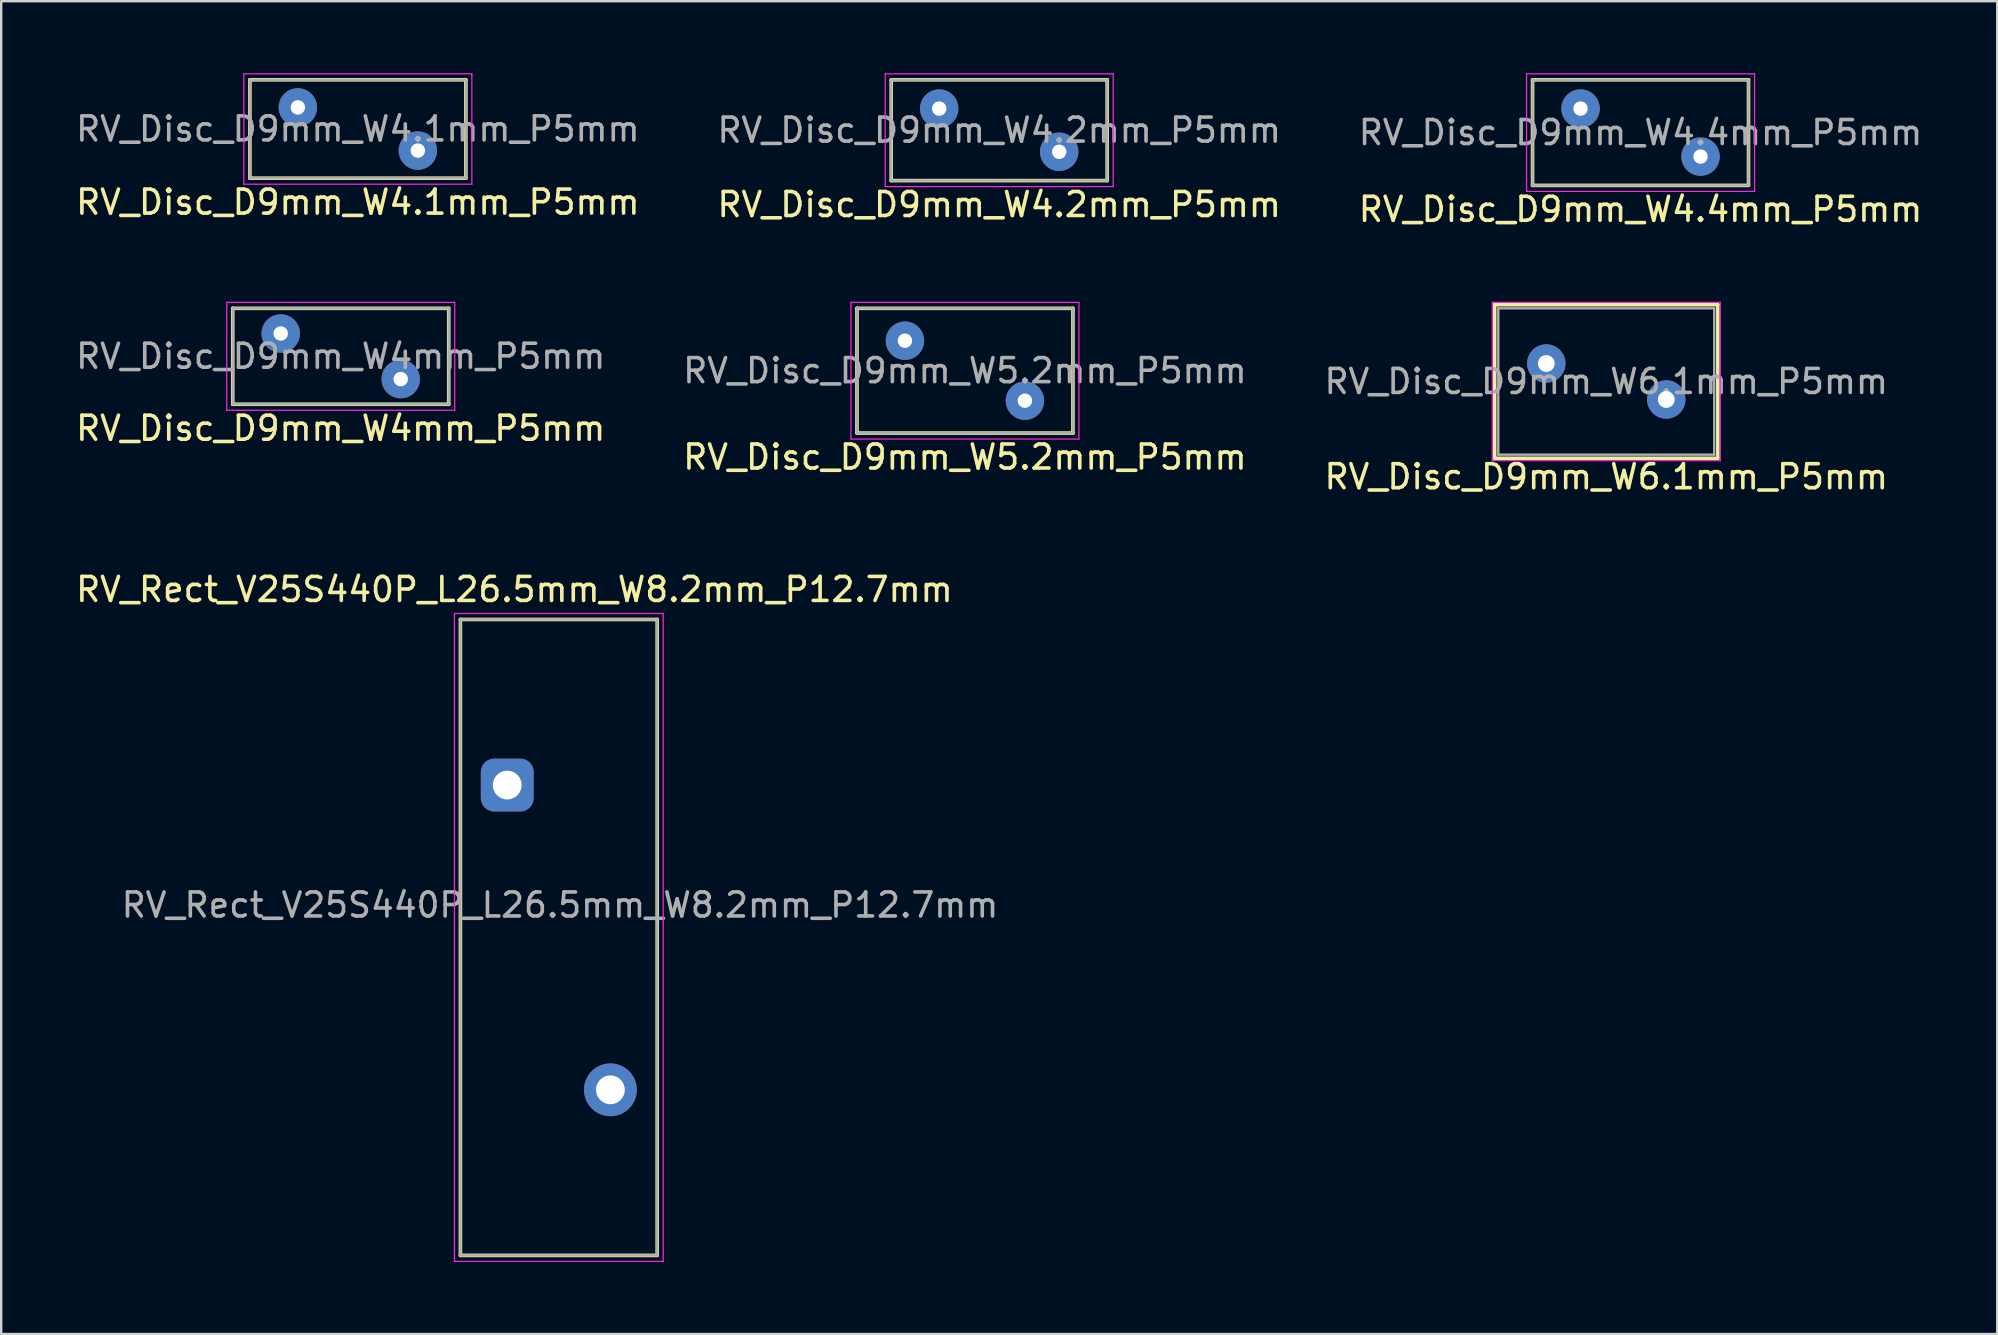
<source format=kicad_pcb>
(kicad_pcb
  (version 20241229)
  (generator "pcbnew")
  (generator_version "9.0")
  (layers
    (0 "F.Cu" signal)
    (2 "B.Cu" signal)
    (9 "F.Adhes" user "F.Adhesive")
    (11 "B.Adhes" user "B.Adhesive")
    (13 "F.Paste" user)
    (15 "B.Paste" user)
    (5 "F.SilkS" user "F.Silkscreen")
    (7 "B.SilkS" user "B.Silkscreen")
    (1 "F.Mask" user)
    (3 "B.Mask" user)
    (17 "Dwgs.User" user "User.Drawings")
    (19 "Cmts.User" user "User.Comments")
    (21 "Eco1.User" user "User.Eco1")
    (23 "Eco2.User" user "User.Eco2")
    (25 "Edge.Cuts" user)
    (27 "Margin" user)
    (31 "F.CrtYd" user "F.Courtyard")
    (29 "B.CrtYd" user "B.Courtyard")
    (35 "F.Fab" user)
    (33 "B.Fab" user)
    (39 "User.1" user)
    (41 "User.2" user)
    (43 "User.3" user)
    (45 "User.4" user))
  (footprint "RV_Disc_D9mm_W6.1mm_P5mm"
    (layer "F.Cu")
    (at 61.387 12.098)
    (property "Reference" "RV_Disc_D9mm_W6.1mm_P5mm" (at 2.5 4.72 0) (layer "F.SilkS") (effects (font (size 1 1) (thickness 0.15))))
    (attr through_hole)
    (fp_line (start -2.15 -2.45) (end -2.15 3.95) (stroke (width 0.15) (type solid)) (layer "F.SilkS"))
    (fp_line (start -2.15 -2.45) (end 7.15 -2.45) (stroke (width 0.15) (type solid)) (layer "F.SilkS"))
    (fp_line (start -2.15 3.95) (end 7.15 3.95) (stroke (width 0.15) (type solid)) (layer "F.SilkS"))
    (fp_line (start 7.15 -2.45) (end 7.15 3.95) (stroke (width 0.15) (type solid)) (layer "F.SilkS"))
    (fp_line (start -2.25 -2.55) (end -2.25 4.05) (stroke (width 0.05) (type solid)) (layer "F.CrtYd"))
    (fp_line (start -2.25 -2.55) (end 7.25 -2.55) (stroke (width 0.05) (type solid)) (layer "F.CrtYd"))
    (fp_line (start -2.25 4.05) (end 7.25 4.05) (stroke (width 0.05) (type solid)) (layer "F.CrtYd"))
    (fp_line (start 7.25 -2.55) (end 7.25 4.05) (stroke (width 0.05) (type solid)) (layer "F.CrtYd"))
    (fp_line (start -2 -2.3) (end -2 3.8) (stroke (width 0.1) (type solid)) (layer "F.Fab"))
    (fp_line (start -2 -2.3) (end 7 -2.3) (stroke (width 0.1) (type solid)) (layer "F.Fab"))
    (fp_line (start -2 3.8) (end 7 3.8) (stroke (width 0.1) (type solid)) (layer "F.Fab"))
    (fp_line (start 7 -2.3) (end 7 3.8) (stroke (width 0.1) (type solid)) (layer "F.Fab"))
    (fp_text user "${REFERENCE}" (at 2.5 0.75 0) (layer "F.Fab") (effects (font (size 1 1) (thickness 0.15))))
    (pad "1" thru_hole circle (at 0 0) (size 1.6 1.6) (drill 0.7) (layers "*.Cu" "*.Mask"))
    (pad "2" thru_hole circle (at 5 1.5 90) (size 1.6 1.6) (drill 0.7) (layers "*.Cu" "*.Mask")))
  (footprint "RV_Disc_D9mm_W4mm_P5mm"
    (layer "F.Cu")
    (at 8.649 10.848)
    (property "Reference" "RV_Disc_D9mm_W4mm_P5mm" (at 2.5 3.95 0) (layer "F.SilkS") (effects (font (size 1 1) (thickness 0.15))))
    (attr through_hole)
    (fp_line (start -2 -1.05) (end -2 2.95) (stroke (width 0.15) (type solid)) (layer "F.SilkS"))
    (fp_line (start -2 -1.05) (end 7 -1.05) (stroke (width 0.15) (type solid)) (layer "F.SilkS"))
    (fp_line (start -2 2.95) (end 7 2.95) (stroke (width 0.15) (type solid)) (layer "F.SilkS"))
    (fp_line (start 7 -1.05) (end 7 2.95) (stroke (width 0.15) (type solid)) (layer "F.SilkS"))
    (fp_line (start -2.25 -1.3) (end -2.25 3.2) (stroke (width 0.05) (type solid)) (layer "F.CrtYd"))
    (fp_line (start -2.25 -1.3) (end 7.25 -1.3) (stroke (width 0.05) (type solid)) (layer "F.CrtYd"))
    (fp_line (start -2.25 3.2) (end 7.25 3.2) (stroke (width 0.05) (type solid)) (layer "F.CrtYd"))
    (fp_line (start 7.25 -1.3) (end 7.25 3.2) (stroke (width 0.05) (type solid)) (layer "F.CrtYd"))
    (fp_line (start -2 -1.05) (end -2 2.95) (stroke (width 0.1) (type solid)) (layer "F.Fab"))
    (fp_line (start -2 -1.05) (end 7 -1.05) (stroke (width 0.1) (type solid)) (layer "F.Fab"))
    (fp_line (start -2 2.95) (end 7 2.95) (stroke (width 0.1) (type solid)) (layer "F.Fab"))
    (fp_line (start 7 -1.05) (end 7 2.95) (stroke (width 0.1) (type solid)) (layer "F.Fab"))
    (fp_text user "${REFERENCE}" (at 2.5 0.95 0) (layer "F.Fab") (effects (font (size 1 1) (thickness 0.15))))
    (pad "1" thru_hole circle (at 0 0) (size 1.6 1.6) (drill 0.6) (layers "*.Cu" "*.Mask"))
    (pad "2" thru_hole circle (at 5 1.9) (size 1.6 1.6) (drill 0.6) (layers "*.Cu" "*.Mask")))
  (footprint "RV_Disc_D9mm_W5.2mm_P5mm"
    (layer "F.Cu")
    (at 34.661 11.148)
    (property "Reference" "RV_Disc_D9mm_W5.2mm_P5mm" (at 2.5 4.85 0) (layer "F.SilkS") (effects (font (size 1 1) (thickness 0.15))))
    (attr through_hole)
    (fp_line (start -2 -1.35) (end -2 3.85) (stroke (width 0.15) (type solid)) (layer "F.SilkS"))
    (fp_line (start -2 -1.35) (end 7 -1.35) (stroke (width 0.15) (type solid)) (layer "F.SilkS"))
    (fp_line (start -2 3.85) (end 7 3.85) (stroke (width 0.15) (type solid)) (layer "F.SilkS"))
    (fp_line (start 7 -1.35) (end 7 3.85) (stroke (width 0.15) (type solid)) (layer "F.SilkS"))
    (fp_line (start -2.25 -1.6) (end -2.25 4.1) (stroke (width 0.05) (type solid)) (layer "F.CrtYd"))
    (fp_line (start -2.25 -1.6) (end 7.25 -1.6) (stroke (width 0.05) (type solid)) (layer "F.CrtYd"))
    (fp_line (start -2.25 4.1) (end 7.25 4.1) (stroke (width 0.05) (type solid)) (layer "F.CrtYd"))
    (fp_line (start 7.25 -1.6) (end 7.25 4.1) (stroke (width 0.05) (type solid)) (layer "F.CrtYd"))
    (fp_line (start -2 -1.35) (end -2 3.85) (stroke (width 0.1) (type solid)) (layer "F.Fab"))
    (fp_line (start -2 -1.35) (end 7 -1.35) (stroke (width 0.1) (type solid)) (layer "F.Fab"))
    (fp_line (start -2 3.85) (end 7 3.85) (stroke (width 0.1) (type solid)) (layer "F.Fab"))
    (fp_line (start 7 -1.35) (end 7 3.85) (stroke (width 0.1) (type solid)) (layer "F.Fab"))
    (fp_text user "${REFERENCE}" (at 2.5 1.25 0) (layer "F.Fab") (effects (font (size 1 1) (thickness 0.15))))
    (pad "1" thru_hole circle (at 0 0) (size 1.6 1.6) (drill 0.6) (layers "*.Cu" "*.Mask"))
    (pad "2" thru_hole circle (at 5 2.5) (size 1.6 1.6) (drill 0.6) (layers "*.Cu" "*.Mask")))
  (footprint "RV_Disc_D9mm_W4.2mm_P5mm"
    (layer "F.Cu")
    (at 36.089 1.475)
    (property "Reference" "RV_Disc_D9mm_W4.2mm_P5mm" (at 2.5 4 0) (layer "F.SilkS") (effects (font (size 1 1) (thickness 0.15))))
    (attr through_hole)
    (fp_line (start -2 -1.2) (end -2 3) (stroke (width 0.15) (type solid)) (layer "F.SilkS"))
    (fp_line (start -2 -1.2) (end 7 -1.2) (stroke (width 0.15) (type solid)) (layer "F.SilkS"))
    (fp_line (start -2 3) (end 7 3) (stroke (width 0.15) (type solid)) (layer "F.SilkS"))
    (fp_line (start 7 -1.2) (end 7 3) (stroke (width 0.15) (type solid)) (layer "F.SilkS"))
    (fp_line (start -2.25 -1.45) (end -2.25 3.25) (stroke (width 0.05) (type solid)) (layer "F.CrtYd"))
    (fp_line (start -2.25 -1.45) (end 7.25 -1.45) (stroke (width 0.05) (type solid)) (layer "F.CrtYd"))
    (fp_line (start -2.25 3.25) (end 7.25 3.25) (stroke (width 0.05) (type solid)) (layer "F.CrtYd"))
    (fp_line (start 7.25 -1.45) (end 7.25 3.25) (stroke (width 0.05) (type solid)) (layer "F.CrtYd"))
    (fp_line (start -2 -1.2) (end -2 3) (stroke (width 0.1) (type solid)) (layer "F.Fab"))
    (fp_line (start -2 -1.2) (end 7 -1.2) (stroke (width 0.1) (type solid)) (layer "F.Fab"))
    (fp_line (start -2 3) (end 7 3) (stroke (width 0.1) (type solid)) (layer "F.Fab"))
    (fp_line (start 7 -1.2) (end 7 3) (stroke (width 0.1) (type solid)) (layer "F.Fab"))
    (fp_text user "${REFERENCE}" (at 2.5 0.9 0) (layer "F.Fab") (effects (font (size 1 1) (thickness 0.15))))
    (pad "1" thru_hole circle (at 0 0) (size 1.6 1.6) (drill 0.6) (layers "*.Cu" "*.Mask"))
    (pad "2" thru_hole circle (at 5 1.8) (size 1.6 1.6) (drill 0.6) (layers "*.Cu" "*.Mask")))
  (footprint "RV_Rect_V25S440P_L26.5mm_W8.2mm_P12.7mm"
    (layer "F.Cu")
    (at 18.087 29.665)
    (property "Reference" "RV_Rect_V25S440P_L26.5mm_W8.2mm_P12.7mm" (at 0.3 -8.15 0) (unlocked yes) (layer "F.SilkS") (effects (font (size 1 1) (thickness 0.15))))
    (attr through_hole)
    (fp_line (start -1.95 -6.9) (end -1.95 19.6) (stroke (width 0.15) (type solid)) (layer "F.SilkS"))
    (fp_line (start 6.25 -6.9) (end -1.95 -6.9) (stroke (width 0.15) (type solid)) (layer "F.SilkS"))
    (fp_line (start 6.25 -6.9) (end 6.25 19.6) (stroke (width 0.15) (type solid)) (layer "F.SilkS"))
    (fp_line (start 6.25 19.6) (end -1.95 19.6) (stroke (width 0.15) (type solid)) (layer "F.SilkS"))
    (fp_line (start -2.2 -7.15) (end -2.2 19.85) (stroke (width 0.05) (type solid)) (layer "F.CrtYd"))
    (fp_line (start 6.5 -7.15) (end -2.2 -7.15) (stroke (width 0.05) (type solid)) (layer "F.CrtYd"))
    (fp_line (start 6.5 -7.15) (end 6.5 19.85) (stroke (width 0.05) (type solid)) (layer "F.CrtYd"))
    (fp_line (start 6.5 19.85) (end -2.2 19.85) (stroke (width 0.05) (type solid)) (layer "F.CrtYd"))
    (fp_line (start -1.95 -6.9) (end -1.95 19.6) (stroke (width 0.1) (type solid)) (layer "F.Fab"))
    (fp_line (start 6.25 -6.9) (end -1.95 -6.9) (stroke (width 0.1) (type solid)) (layer "F.Fab"))
    (fp_line (start 6.25 -6.9) (end 6.25 19.6) (stroke (width 0.1) (type solid)) (layer "F.Fab"))
    (fp_line (start 6.25 19.6) (end -1.95 19.6) (stroke (width 0.1) (type solid)) (layer "F.Fab"))
    (fp_text user "${REFERENCE}" (at 2.2 5 0) (layer "F.Fab") (effects (font (size 1 1) (thickness 0.15))))
    (pad "1" thru_hole roundrect (at 0 0) (size 2.2 2.2) (drill 1.2) (layers "*.Cu" "*.Mask") (roundrect_rratio 0.25))
    (pad "2" thru_hole circle (at 4.3 12.7) (size 2.2 2.2) (drill 1.2) (layers "*.Cu" "*.Mask")))
  (footprint "RV_Disc_D9mm_W4.1mm_P5mm"
    (layer "F.Cu")
    (at 9.363 1.425)
    (property "Reference" "RV_Disc_D9mm_W4.1mm_P5mm" (at 2.5 3.95 0) (layer "F.SilkS") (effects (font (size 1 1) (thickness 0.15))))
    (attr through_hole)
    (fp_line (start -2 -1.15) (end -2 2.95) (stroke (width 0.15) (type solid)) (layer "F.SilkS"))
    (fp_line (start -2 -1.15) (end 7 -1.15) (stroke (width 0.15) (type solid)) (layer "F.SilkS"))
    (fp_line (start -2 2.95) (end 7 2.95) (stroke (width 0.15) (type solid)) (layer "F.SilkS"))
    (fp_line (start 7 -1.15) (end 7 2.95) (stroke (width 0.15) (type solid)) (layer "F.SilkS"))
    (fp_line (start -2.25 -1.4) (end -2.25 3.2) (stroke (width 0.05) (type solid)) (layer "F.CrtYd"))
    (fp_line (start -2.25 -1.4) (end 7.25 -1.4) (stroke (width 0.05) (type solid)) (layer "F.CrtYd"))
    (fp_line (start -2.25 3.2) (end 7.25 3.2) (stroke (width 0.05) (type solid)) (layer "F.CrtYd"))
    (fp_line (start 7.25 -1.4) (end 7.25 3.2) (stroke (width 0.05) (type solid)) (layer "F.CrtYd"))
    (fp_line (start -2 -1.15) (end -2 2.95) (stroke (width 0.1) (type solid)) (layer "F.Fab"))
    (fp_line (start -2 -1.15) (end 7 -1.15) (stroke (width 0.1) (type solid)) (layer "F.Fab"))
    (fp_line (start -2 2.95) (end 7 2.95) (stroke (width 0.1) (type solid)) (layer "F.Fab"))
    (fp_line (start 7 -1.15) (end 7 2.95) (stroke (width 0.1) (type solid)) (layer "F.Fab"))
    (fp_text user "${REFERENCE}" (at 2.5 0.9 0) (layer "F.Fab") (effects (font (size 1 1) (thickness 0.15))))
    (pad "1" thru_hole circle (at 0 0) (size 1.6 1.6) (drill 0.6) (layers "*.Cu" "*.Mask"))
    (pad "2" thru_hole circle (at 5 1.8) (size 1.6 1.6) (drill 0.6) (layers "*.Cu" "*.Mask")))
  (footprint "RV_Disc_D9mm_W4.4mm_P5mm"
    (layer "F.Cu")
    (at 62.815 1.475)
    (property "Reference" "RV_Disc_D9mm_W4.4mm_P5mm" (at 2.5 4.2 0) (layer "F.SilkS") (effects (font (size 1 1) (thickness 0.15))))
    (attr through_hole)
    (fp_line (start -2 -1.2) (end -2 3.2) (stroke (width 0.15) (type solid)) (layer "F.SilkS"))
    (fp_line (start -2 -1.2) (end 7 -1.2) (stroke (width 0.15) (type solid)) (layer "F.SilkS"))
    (fp_line (start -2 3.2) (end 7 3.2) (stroke (width 0.15) (type solid)) (layer "F.SilkS"))
    (fp_line (start 7 -1.2) (end 7 3.2) (stroke (width 0.15) (type solid)) (layer "F.SilkS"))
    (fp_line (start -2.25 -1.45) (end -2.25 3.45) (stroke (width 0.05) (type solid)) (layer "F.CrtYd"))
    (fp_line (start -2.25 -1.45) (end 7.25 -1.45) (stroke (width 0.05) (type solid)) (layer "F.CrtYd"))
    (fp_line (start -2.25 3.45) (end 7.25 3.45) (stroke (width 0.05) (type solid)) (layer "F.CrtYd"))
    (fp_line (start 7.25 -1.45) (end 7.25 3.45) (stroke (width 0.05) (type solid)) (layer "F.CrtYd"))
    (fp_line (start -2 -1.2) (end -2 3.2) (stroke (width 0.1) (type solid)) (layer "F.Fab"))
    (fp_line (start -2 -1.2) (end 7 -1.2) (stroke (width 0.1) (type solid)) (layer "F.Fab"))
    (fp_line (start -2 3.2) (end 7 3.2) (stroke (width 0.1) (type solid)) (layer "F.Fab"))
    (fp_line (start 7 -1.2) (end 7 3.2) (stroke (width 0.1) (type solid)) (layer "F.Fab"))
    (fp_text user "${REFERENCE}" (at 2.5 1 0) (layer "F.Fab") (effects (font (size 1 1) (thickness 0.15))))
    (pad "1" thru_hole circle (at 0 0) (size 1.6 1.6) (drill 0.6) (layers "*.Cu" "*.Mask"))
    (pad "2" thru_hole circle (at 5 2) (size 1.6 1.6) (drill 0.6) (layers "*.Cu" "*.Mask")))
  (gr_rect
    (start -3 -3)
    (end 80.179 52.54)
    (stroke (width 0.1) (type default))
    (fill no)
    (layer "Edge.Cuts")))
</source>
